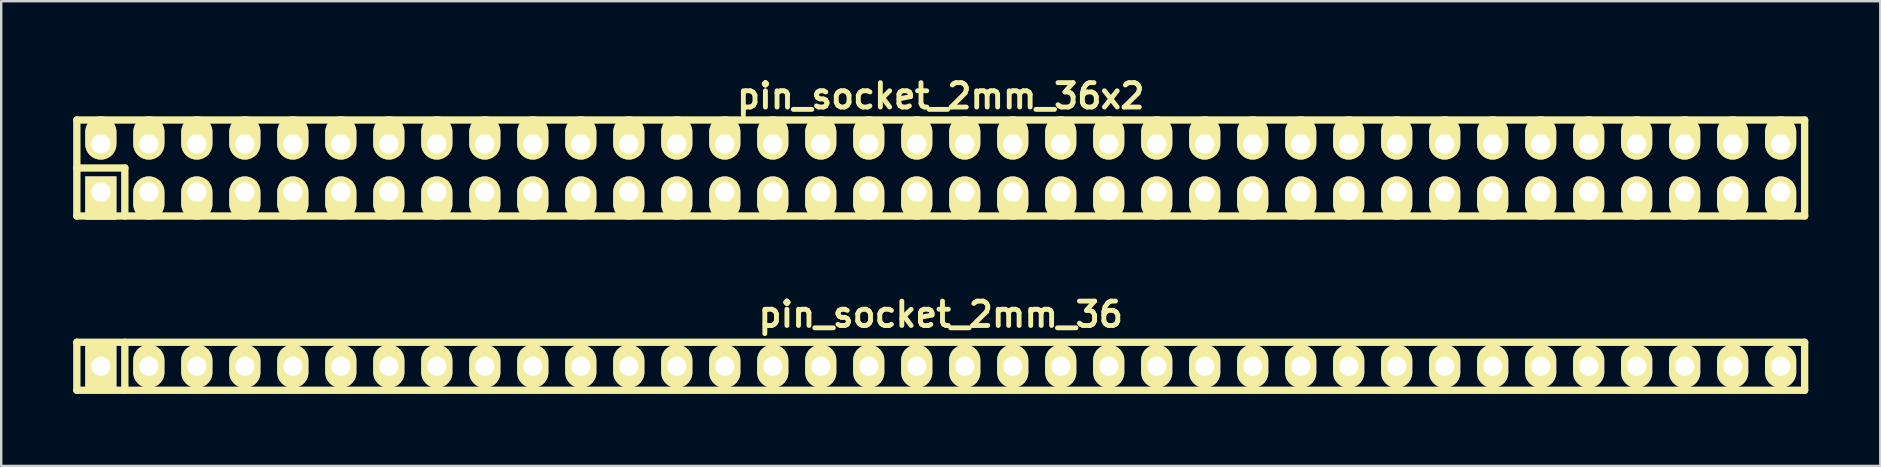
<source format=kicad_pcb>
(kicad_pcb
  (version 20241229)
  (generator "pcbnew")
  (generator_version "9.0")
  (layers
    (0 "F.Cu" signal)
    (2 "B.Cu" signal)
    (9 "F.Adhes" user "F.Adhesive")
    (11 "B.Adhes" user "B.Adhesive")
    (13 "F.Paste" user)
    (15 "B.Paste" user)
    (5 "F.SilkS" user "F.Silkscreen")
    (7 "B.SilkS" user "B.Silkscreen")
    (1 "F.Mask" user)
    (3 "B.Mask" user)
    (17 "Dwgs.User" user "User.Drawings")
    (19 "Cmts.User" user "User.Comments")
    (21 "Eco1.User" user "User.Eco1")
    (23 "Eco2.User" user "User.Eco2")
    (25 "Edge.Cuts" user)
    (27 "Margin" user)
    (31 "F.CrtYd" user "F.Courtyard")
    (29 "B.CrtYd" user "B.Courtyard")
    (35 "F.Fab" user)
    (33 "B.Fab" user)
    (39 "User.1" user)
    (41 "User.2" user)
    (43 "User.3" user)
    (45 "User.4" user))
  (footprint "pin_socket_2mm_36x2"
    (layer "F.Cu")
    (at 36.152 3.951)
    (property "Reference" "pin_socket_2mm_36x2" (at 0 -3 0) (layer "F.SilkS") (effects (font (size 1.016 1.016) (thickness 0.203))))
    (attr through_hole)
    (fp_line (start -36 -2) (end 36 -2) (stroke (width 0.305) (type solid)) (layer "F.SilkS"))
    (fp_line (start -36 0) (end -34 0) (stroke (width 0.305) (type solid)) (layer "F.SilkS"))
    (fp_line (start -36 2) (end -36 -2) (stroke (width 0.305) (type solid)) (layer "F.SilkS"))
    (fp_line (start -34 0) (end -34 2) (stroke (width 0.305) (type solid)) (layer "F.SilkS"))
    (fp_line (start 36 -2) (end 36 2) (stroke (width 0.305) (type solid)) (layer "F.SilkS"))
    (fp_line (start 36 2) (end -36 2) (stroke (width 0.305) (type solid)) (layer "F.SilkS"))
    (pad "1" thru_hole rect (at -35 1) (size 1.3 1.8) (drill 0.8 (offset 0 0.25)) (layers "*.Cu" "*.Mask" "F.SilkS"))
    (pad "2" thru_hole oval (at -35 -1) (size 1.3 1.8) (drill 0.8 (offset 0 -0.25)) (layers "*.Cu" "*.Mask" "F.SilkS"))
    (pad "3" thru_hole oval (at -33 1) (size 1.3 1.8) (drill 0.8 (offset 0 0.25)) (layers "*.Cu" "*.Mask" "F.SilkS"))
    (pad "4" thru_hole oval (at -33 -1) (size 1.3 1.8) (drill 0.8 (offset 0 -0.25)) (layers "*.Cu" "*.Mask" "F.SilkS"))
    (pad "5" thru_hole oval (at -31 1) (size 1.3 1.8) (drill 0.8 (offset 0 0.25)) (layers "*.Cu" "*.Mask" "F.SilkS"))
    (pad "6" thru_hole oval (at -31 -1) (size 1.3 1.8) (drill 0.8 (offset 0 -0.25)) (layers "*.Cu" "*.Mask" "F.SilkS"))
    (pad "7" thru_hole oval (at -29 1) (size 1.3 1.8) (drill 0.8 (offset 0 0.25)) (layers "*.Cu" "*.Mask" "F.SilkS"))
    (pad "8" thru_hole oval (at -29 -1) (size 1.3 1.8) (drill 0.8 (offset 0 -0.25)) (layers "*.Cu" "*.Mask" "F.SilkS"))
    (pad "9" thru_hole oval (at -27 1) (size 1.3 1.8) (drill 0.8 (offset 0 0.25)) (layers "*.Cu" "*.Mask" "F.SilkS"))
    (pad "10" thru_hole oval (at -27 -1) (size 1.3 1.8) (drill 0.8 (offset 0 -0.25)) (layers "*.Cu" "*.Mask" "F.SilkS"))
    (pad "11" thru_hole oval (at -25 1) (size 1.3 1.8) (drill 0.8 (offset 0 0.25)) (layers "*.Cu" "*.Mask" "F.SilkS"))
    (pad "12" thru_hole oval (at -25 -1) (size 1.3 1.8) (drill 0.8 (offset 0 -0.25)) (layers "*.Cu" "*.Mask" "F.SilkS"))
    (pad "13" thru_hole oval (at -23 1) (size 1.3 1.8) (drill 0.8 (offset 0 0.25)) (layers "*.Cu" "*.Mask" "F.SilkS"))
    (pad "14" thru_hole oval (at -23 -1) (size 1.3 1.8) (drill 0.8 (offset 0 -0.25)) (layers "*.Cu" "*.Mask" "F.SilkS"))
    (pad "15" thru_hole oval (at -21 1) (size 1.3 1.8) (drill 0.8 (offset 0 0.25)) (layers "*.Cu" "*.Mask" "F.SilkS"))
    (pad "16" thru_hole oval (at -21 -1) (size 1.3 1.8) (drill 0.8 (offset 0 -0.25)) (layers "*.Cu" "*.Mask" "F.SilkS"))
    (pad "17" thru_hole oval (at -19 1) (size 1.3 1.8) (drill 0.8 (offset 0 0.25)) (layers "*.Cu" "*.Mask" "F.SilkS"))
    (pad "18" thru_hole oval (at -19 -1) (size 1.3 1.8) (drill 0.8 (offset 0 -0.25)) (layers "*.Cu" "*.Mask" "F.SilkS"))
    (pad "19" thru_hole oval (at -17 1) (size 1.3 1.8) (drill 0.8 (offset 0 0.25)) (layers "*.Cu" "*.Mask" "F.SilkS"))
    (pad "20" thru_hole oval (at -17 -1) (size 1.3 1.8) (drill 0.8 (offset 0 -0.25)) (layers "*.Cu" "*.Mask" "F.SilkS"))
    (pad "21" thru_hole oval (at -15 1) (size 1.3 1.8) (drill 0.8 (offset 0 0.25)) (layers "*.Cu" "*.Mask" "F.SilkS"))
    (pad "22" thru_hole oval (at -15 -1) (size 1.3 1.8) (drill 0.8 (offset 0 -0.25)) (layers "*.Cu" "*.Mask" "F.SilkS"))
    (pad "23" thru_hole oval (at -13 1) (size 1.3 1.8) (drill 0.8 (offset 0 0.25)) (layers "*.Cu" "*.Mask" "F.SilkS"))
    (pad "24" thru_hole oval (at -13 -1) (size 1.3 1.8) (drill 0.8 (offset 0 -0.25)) (layers "*.Cu" "*.Mask" "F.SilkS"))
    (pad "25" thru_hole oval (at -11 1) (size 1.3 1.8) (drill 0.8 (offset 0 0.25)) (layers "*.Cu" "*.Mask" "F.SilkS"))
    (pad "26" thru_hole oval (at -11 -1) (size 1.3 1.8) (drill 0.8 (offset 0 -0.25)) (layers "*.Cu" "*.Mask" "F.SilkS"))
    (pad "27" thru_hole oval (at -9 1) (size 1.3 1.8) (drill 0.8 (offset 0 0.25)) (layers "*.Cu" "*.Mask" "F.SilkS"))
    (pad "28" thru_hole oval (at -9 -1) (size 1.3 1.8) (drill 0.8 (offset 0 -0.25)) (layers "*.Cu" "*.Mask" "F.SilkS"))
    (pad "29" thru_hole oval (at -7 1) (size 1.3 1.8) (drill 0.8 (offset 0 0.25)) (layers "*.Cu" "*.Mask" "F.SilkS"))
    (pad "30" thru_hole oval (at -7 -1) (size 1.3 1.8) (drill 0.8 (offset 0 -0.25)) (layers "*.Cu" "*.Mask" "F.SilkS"))
    (pad "31" thru_hole oval (at -5 1) (size 1.3 1.8) (drill 0.8 (offset 0 0.25)) (layers "*.Cu" "*.Mask" "F.SilkS"))
    (pad "32" thru_hole oval (at -5 -1) (size 1.3 1.8) (drill 0.8 (offset 0 -0.25)) (layers "*.Cu" "*.Mask" "F.SilkS"))
    (pad "33" thru_hole oval (at -3 1) (size 1.3 1.8) (drill 0.8 (offset 0 0.25)) (layers "*.Cu" "*.Mask" "F.SilkS"))
    (pad "34" thru_hole oval (at -3 -1) (size 1.3 1.8) (drill 0.8 (offset 0 -0.25)) (layers "*.Cu" "*.Mask" "F.SilkS"))
    (pad "35" thru_hole oval (at -1 1) (size 1.3 1.8) (drill 0.8 (offset 0 0.25)) (layers "*.Cu" "*.Mask" "F.SilkS"))
    (pad "36" thru_hole oval (at -1 -1) (size 1.3 1.8) (drill 0.8 (offset 0 -0.25)) (layers "*.Cu" "*.Mask" "F.SilkS"))
    (pad "37" thru_hole oval (at 1 1) (size 1.3 1.8) (drill 0.8 (offset 0 0.25)) (layers "*.Cu" "*.Mask" "F.SilkS"))
    (pad "38" thru_hole oval (at 1 -1) (size 1.3 1.8) (drill 0.8 (offset 0 -0.25)) (layers "*.Cu" "*.Mask" "F.SilkS"))
    (pad "39" thru_hole oval (at 3 1) (size 1.3 1.8) (drill 0.8 (offset 0 0.25)) (layers "*.Cu" "*.Mask" "F.SilkS"))
    (pad "40" thru_hole oval (at 3 -1) (size 1.3 1.8) (drill 0.8 (offset 0 -0.25)) (layers "*.Cu" "*.Mask" "F.SilkS"))
    (pad "41" thru_hole oval (at 5 1) (size 1.3 1.8) (drill 0.8 (offset 0 0.25)) (layers "*.Cu" "*.Mask" "F.SilkS"))
    (pad "42" thru_hole oval (at 5 -1) (size 1.3 1.8) (drill 0.8 (offset 0 -0.25)) (layers "*.Cu" "*.Mask" "F.SilkS"))
    (pad "43" thru_hole oval (at 7 1) (size 1.3 1.8) (drill 0.8 (offset 0 0.25)) (layers "*.Cu" "*.Mask" "F.SilkS"))
    (pad "44" thru_hole oval (at 7 -1) (size 1.3 1.8) (drill 0.8 (offset 0 -0.25)) (layers "*.Cu" "*.Mask" "F.SilkS"))
    (pad "45" thru_hole oval (at 9 1) (size 1.3 1.8) (drill 0.8 (offset 0 0.25)) (layers "*.Cu" "*.Mask" "F.SilkS"))
    (pad "46" thru_hole oval (at 9 -1) (size 1.3 1.8) (drill 0.8 (offset 0 -0.25)) (layers "*.Cu" "*.Mask" "F.SilkS"))
    (pad "47" thru_hole oval (at 11 1) (size 1.3 1.8) (drill 0.8 (offset 0 0.25)) (layers "*.Cu" "*.Mask" "F.SilkS"))
    (pad "48" thru_hole oval (at 11 -1) (size 1.3 1.8) (drill 0.8 (offset 0 -0.25)) (layers "*.Cu" "*.Mask" "F.SilkS"))
    (pad "49" thru_hole oval (at 13 1) (size 1.3 1.8) (drill 0.8 (offset 0 0.25)) (layers "*.Cu" "*.Mask" "F.SilkS"))
    (pad "50" thru_hole oval (at 13 -1) (size 1.3 1.8) (drill 0.8 (offset 0 -0.25)) (layers "*.Cu" "*.Mask" "F.SilkS"))
    (pad "51" thru_hole oval (at 15 1) (size 1.3 1.8) (drill 0.8 (offset 0 0.25)) (layers "*.Cu" "*.Mask" "F.SilkS"))
    (pad "52" thru_hole oval (at 15 -1) (size 1.3 1.8) (drill 0.8 (offset 0 -0.25)) (layers "*.Cu" "*.Mask" "F.SilkS"))
    (pad "53" thru_hole oval (at 17 1) (size 1.3 1.8) (drill 0.8 (offset 0 0.25)) (layers "*.Cu" "*.Mask" "F.SilkS"))
    (pad "54" thru_hole oval (at 17 -1) (size 1.3 1.8) (drill 0.8 (offset 0 -0.25)) (layers "*.Cu" "*.Mask" "F.SilkS"))
    (pad "55" thru_hole oval (at 19 1) (size 1.3 1.8) (drill 0.8 (offset 0 0.25)) (layers "*.Cu" "*.Mask" "F.SilkS"))
    (pad "56" thru_hole oval (at 19 -1) (size 1.3 1.8) (drill 0.8 (offset 0 -0.25)) (layers "*.Cu" "*.Mask" "F.SilkS"))
    (pad "57" thru_hole oval (at 21 1) (size 1.3 1.8) (drill 0.8 (offset 0 0.25)) (layers "*.Cu" "*.Mask" "F.SilkS"))
    (pad "58" thru_hole oval (at 21 -1) (size 1.3 1.8) (drill 0.8 (offset 0 -0.25)) (layers "*.Cu" "*.Mask" "F.SilkS"))
    (pad "59" thru_hole oval (at 23 1) (size 1.3 1.8) (drill 0.8 (offset 0 0.25)) (layers "*.Cu" "*.Mask" "F.SilkS"))
    (pad "60" thru_hole oval (at 23 -1) (size 1.3 1.8) (drill 0.8 (offset 0 -0.25)) (layers "*.Cu" "*.Mask" "F.SilkS"))
    (pad "61" thru_hole oval (at 25 1) (size 1.3 1.8) (drill 0.8 (offset 0 0.25)) (layers "*.Cu" "*.Mask" "F.SilkS"))
    (pad "62" thru_hole oval (at 25 -1) (size 1.3 1.8) (drill 0.8 (offset 0 -0.25)) (layers "*.Cu" "*.Mask" "F.SilkS"))
    (pad "63" thru_hole oval (at 27 1) (size 1.3 1.8) (drill 0.8 (offset 0 0.25)) (layers "*.Cu" "*.Mask" "F.SilkS"))
    (pad "64" thru_hole oval (at 27 -1) (size 1.3 1.8) (drill 0.8 (offset 0 -0.25)) (layers "*.Cu" "*.Mask" "F.SilkS"))
    (pad "65" thru_hole oval (at 29 1) (size 1.3 1.8) (drill 0.8 (offset 0 0.25)) (layers "*.Cu" "*.Mask" "F.SilkS"))
    (pad "66" thru_hole oval (at 29 -1) (size 1.3 1.8) (drill 0.8 (offset 0 -0.25)) (layers "*.Cu" "*.Mask" "F.SilkS"))
    (pad "67" thru_hole oval (at 31 1) (size 1.3 1.8) (drill 0.8 (offset 0 0.25)) (layers "*.Cu" "*.Mask" "F.SilkS"))
    (pad "68" thru_hole oval (at 31 -1) (size 1.3 1.8) (drill 0.8 (offset 0 -0.25)) (layers "*.Cu" "*.Mask" "F.SilkS"))
    (pad "69" thru_hole oval (at 33 1) (size 1.3 1.8) (drill 0.8 (offset 0 0.25)) (layers "*.Cu" "*.Mask" "F.SilkS"))
    (pad "70" thru_hole oval (at 33 -1) (size 1.3 1.8) (drill 0.8 (offset 0 -0.25)) (layers "*.Cu" "*.Mask" "F.SilkS"))
    (pad "71" thru_hole oval (at 35 1) (size 1.3 1.8) (drill 0.8 (offset 0 0.25)) (layers "*.Cu" "*.Mask" "F.SilkS"))
    (pad "72" thru_hole oval (at 35 -1) (size 1.3 1.8) (drill 0.8 (offset 0 -0.25)) (layers "*.Cu" "*.Mask" "F.SilkS")))
  (footprint "pin_socket_2mm_36"
    (layer "F.Cu")
    (at 36.152 12.213)
    (property "Reference" "pin_socket_2mm_36" (at 0 -2.159 0) (layer "F.SilkS") (effects (font (size 1.016 1.016) (thickness 0.203))))
    (attr through_hole)
    (fp_line (start -36 -1) (end 36 -1) (stroke (width 0.305) (type solid)) (layer "F.SilkS"))
    (fp_line (start -36 1) (end -36 -1) (stroke (width 0.305) (type solid)) (layer "F.SilkS"))
    (fp_line (start -34 -1) (end -34 1) (stroke (width 0.305) (type solid)) (layer "F.SilkS"))
    (fp_line (start 36 -1) (end 36 1) (stroke (width 0.305) (type solid)) (layer "F.SilkS"))
    (fp_line (start 36 1) (end -36 1) (stroke (width 0.305) (type solid)) (layer "F.SilkS"))
    (pad "1" thru_hole rect (at -35 0) (size 1.3 1.8) (drill 0.8) (layers "*.Cu" "*.Mask" "F.SilkS"))
    (pad "2" thru_hole oval (at -33 0) (size 1.3 1.8) (drill 0.8) (layers "*.Cu" "*.Mask" "F.SilkS"))
    (pad "3" thru_hole oval (at -31 0) (size 1.3 1.8) (drill 0.8) (layers "*.Cu" "*.Mask" "F.SilkS"))
    (pad "4" thru_hole oval (at -29 0) (size 1.3 1.8) (drill 0.8) (layers "*.Cu" "*.Mask" "F.SilkS"))
    (pad "5" thru_hole oval (at -27 0) (size 1.3 1.8) (drill 0.8) (layers "*.Cu" "*.Mask" "F.SilkS"))
    (pad "6" thru_hole oval (at -25 0) (size 1.3 1.8) (drill 0.8) (layers "*.Cu" "*.Mask" "F.SilkS"))
    (pad "7" thru_hole oval (at -23 0) (size 1.3 1.8) (drill 0.8) (layers "*.Cu" "*.Mask" "F.SilkS"))
    (pad "8" thru_hole oval (at -21 0) (size 1.3 1.8) (drill 0.8) (layers "*.Cu" "*.Mask" "F.SilkS"))
    (pad "9" thru_hole oval (at -19 0) (size 1.3 1.8) (drill 0.8) (layers "*.Cu" "*.Mask" "F.SilkS"))
    (pad "10" thru_hole oval (at -17 0) (size 1.3 1.8) (drill 0.8) (layers "*.Cu" "*.Mask" "F.SilkS"))
    (pad "11" thru_hole oval (at -15 0) (size 1.3 1.8) (drill 0.8) (layers "*.Cu" "*.Mask" "F.SilkS"))
    (pad "12" thru_hole oval (at -13 0) (size 1.3 1.8) (drill 0.8) (layers "*.Cu" "*.Mask" "F.SilkS"))
    (pad "13" thru_hole oval (at -11 0) (size 1.3 1.8) (drill 0.8) (layers "*.Cu" "*.Mask" "F.SilkS"))
    (pad "14" thru_hole oval (at -9 0) (size 1.3 1.8) (drill 0.8) (layers "*.Cu" "*.Mask" "F.SilkS"))
    (pad "15" thru_hole oval (at -7 0) (size 1.3 1.8) (drill 0.8) (layers "*.Cu" "*.Mask" "F.SilkS"))
    (pad "16" thru_hole oval (at -5 0) (size 1.3 1.8) (drill 0.8) (layers "*.Cu" "*.Mask" "F.SilkS"))
    (pad "17" thru_hole oval (at -3 0) (size 1.3 1.8) (drill 0.8) (layers "*.Cu" "*.Mask" "F.SilkS"))
    (pad "18" thru_hole oval (at -1 0) (size 1.3 1.8) (drill 0.8) (layers "*.Cu" "*.Mask" "F.SilkS"))
    (pad "19" thru_hole oval (at 1 0) (size 1.3 1.8) (drill 0.8) (layers "*.Cu" "*.Mask" "F.SilkS"))
    (pad "20" thru_hole oval (at 3 0) (size 1.3 1.8) (drill 0.8) (layers "*.Cu" "*.Mask" "F.SilkS"))
    (pad "21" thru_hole oval (at 5 0) (size 1.3 1.8) (drill 0.8) (layers "*.Cu" "*.Mask" "F.SilkS"))
    (pad "22" thru_hole oval (at 7 0) (size 1.3 1.8) (drill 0.8) (layers "*.Cu" "*.Mask" "F.SilkS"))
    (pad "23" thru_hole oval (at 9 0) (size 1.3 1.8) (drill 0.8) (layers "*.Cu" "*.Mask" "F.SilkS"))
    (pad "24" thru_hole oval (at 11 0) (size 1.3 1.8) (drill 0.8) (layers "*.Cu" "*.Mask" "F.SilkS"))
    (pad "25" thru_hole oval (at 13 0) (size 1.3 1.8) (drill 0.8) (layers "*.Cu" "*.Mask" "F.SilkS"))
    (pad "26" thru_hole oval (at 15 0) (size 1.3 1.8) (drill 0.8) (layers "*.Cu" "*.Mask" "F.SilkS"))
    (pad "27" thru_hole oval (at 17 0) (size 1.3 1.8) (drill 0.8) (layers "*.Cu" "*.Mask" "F.SilkS"))
    (pad "28" thru_hole oval (at 19 0) (size 1.3 1.8) (drill 0.8) (layers "*.Cu" "*.Mask" "F.SilkS"))
    (pad "29" thru_hole oval (at 21 0) (size 1.3 1.8) (drill 0.8) (layers "*.Cu" "*.Mask" "F.SilkS"))
    (pad "30" thru_hole oval (at 23 0) (size 1.3 1.8) (drill 0.8) (layers "*.Cu" "*.Mask" "F.SilkS"))
    (pad "31" thru_hole oval (at 25 0) (size 1.3 1.8) (drill 0.8) (layers "*.Cu" "*.Mask" "F.SilkS"))
    (pad "32" thru_hole oval (at 27 0) (size 1.3 1.8) (drill 0.8) (layers "*.Cu" "*.Mask" "F.SilkS"))
    (pad "33" thru_hole oval (at 29 0) (size 1.3 1.8) (drill 0.8) (layers "*.Cu" "*.Mask" "F.SilkS"))
    (pad "34" thru_hole oval (at 31 0) (size 1.3 1.8) (drill 0.8) (layers "*.Cu" "*.Mask" "F.SilkS"))
    (pad "35" thru_hole oval (at 33 0) (size 1.3 1.8) (drill 0.8) (layers "*.Cu" "*.Mask" "F.SilkS"))
    (pad "36" thru_hole oval (at 35 0) (size 1.3 1.8) (drill 0.8) (layers "*.Cu" "*.Mask" "F.SilkS")))
  (gr_rect
    (start -3 -3)
    (end 75.305 16.366)
    (stroke (width 0.1) (type default))
    (fill no)
    (layer "Edge.Cuts")))
</source>
